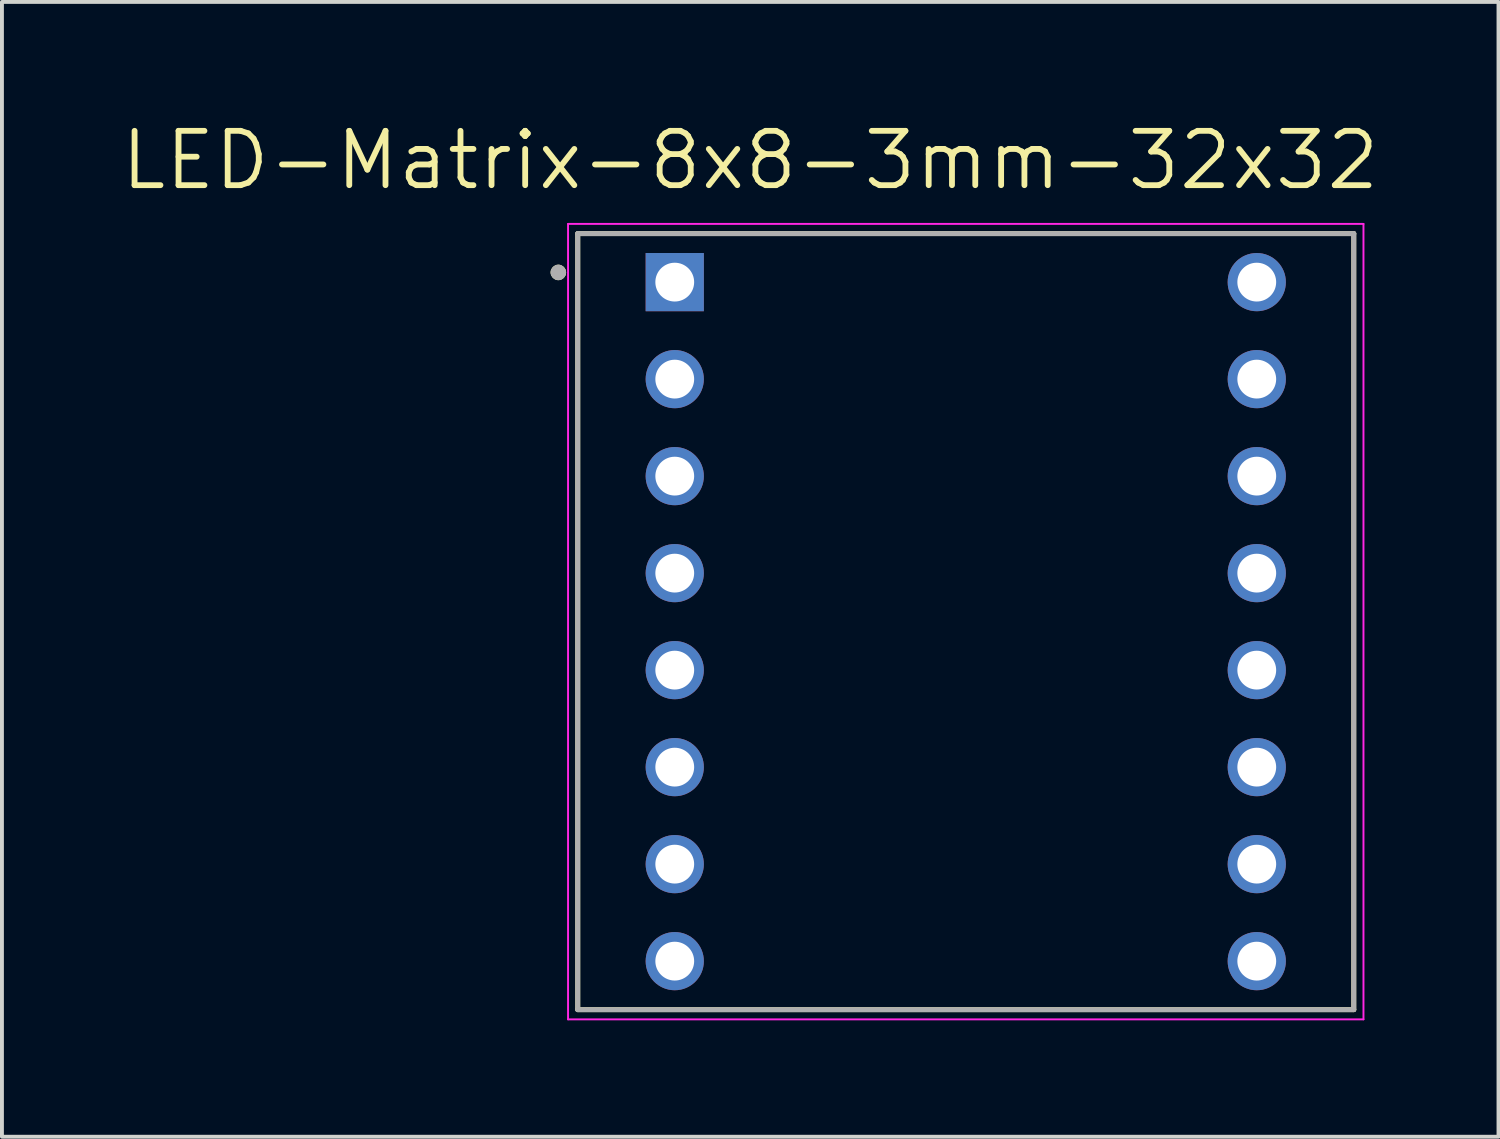
<source format=kicad_pcb>
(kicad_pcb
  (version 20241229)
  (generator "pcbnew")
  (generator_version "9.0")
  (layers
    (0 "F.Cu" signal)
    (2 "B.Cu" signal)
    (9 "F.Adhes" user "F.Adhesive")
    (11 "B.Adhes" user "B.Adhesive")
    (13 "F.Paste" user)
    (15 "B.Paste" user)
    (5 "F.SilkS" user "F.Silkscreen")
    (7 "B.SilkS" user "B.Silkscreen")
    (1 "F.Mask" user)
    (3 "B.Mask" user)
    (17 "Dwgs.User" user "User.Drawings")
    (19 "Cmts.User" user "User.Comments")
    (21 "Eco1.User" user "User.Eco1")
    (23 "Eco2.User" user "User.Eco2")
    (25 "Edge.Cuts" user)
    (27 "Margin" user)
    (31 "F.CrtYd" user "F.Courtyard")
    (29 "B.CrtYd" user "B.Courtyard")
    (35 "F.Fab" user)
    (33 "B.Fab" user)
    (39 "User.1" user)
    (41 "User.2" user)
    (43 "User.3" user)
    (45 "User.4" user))
  (footprint "LED-Matrix-8x8-3mm-32x32"
    (layer "F.Cu")
    (at 21.84 12.971)
    (property "Reference" "LED-Matrix-8x8-3mm-32x32" (at -5.555 -11.889 0) (layer "F.SilkS") (effects (font (size 1.4 1.4) (thickness 0.15))))
    (attr through_hole)
    (fp_line (start -10 -10) (end -10 10) (stroke (width 0.127) (type solid)) (layer "F.SilkS"))
    (fp_line (start -10 10) (end 10 10) (stroke (width 0.127) (type solid)) (layer "F.SilkS"))
    (fp_line (start 10 -10) (end -10 -10) (stroke (width 0.127) (type solid)) (layer "F.SilkS"))
    (fp_line (start 10 10) (end 10 -10) (stroke (width 0.127) (type solid)) (layer "F.SilkS"))
    (fp_circle (center -10.5 -9) (end -10.4 -9) (stroke (width 0.2) (type solid)) (fill no) (layer "F.SilkS"))
    (fp_line (start -10.25 -10.25) (end -10.25 10.25) (stroke (width 0.05) (type solid)) (layer "F.CrtYd"))
    (fp_line (start -10.25 10.25) (end 10.25 10.25) (stroke (width 0.05) (type solid)) (layer "F.CrtYd"))
    (fp_line (start 10.25 -10.25) (end -10.25 -10.25) (stroke (width 0.05) (type solid)) (layer "F.CrtYd"))
    (fp_line (start 10.25 10.25) (end 10.25 -10.25) (stroke (width 0.05) (type solid)) (layer "F.CrtYd"))
    (fp_line (start -10 -10) (end -10 10) (stroke (width 0.127) (type solid)) (layer "F.Fab"))
    (fp_line (start -10 10) (end 10 10) (stroke (width 0.127) (type solid)) (layer "F.Fab"))
    (fp_line (start 10 -10) (end -10 -10) (stroke (width 0.127) (type solid)) (layer "F.Fab"))
    (fp_line (start 10 10) (end 10 -10) (stroke (width 0.127) (type solid)) (layer "F.Fab"))
    (fp_circle (center -10.5 -9) (end -10.4 -9) (stroke (width 0.2) (type solid)) (fill no) (layer "F.Fab"))
    (pad "1" thru_hole rect (at -7.5 -8.75) (size 1.5 1.5) (drill 1) (layers "*.Cu" "*.Mask"))
    (pad "2" thru_hole circle (at -7.5 -6.25) (size 1.5 1.5) (drill 1) (layers "*.Cu" "*.Mask"))
    (pad "3" thru_hole circle (at -7.5 -3.75) (size 1.5 1.5) (drill 1) (layers "*.Cu" "*.Mask"))
    (pad "4" thru_hole circle (at -7.5 -1.25) (size 1.5 1.5) (drill 1) (layers "*.Cu" "*.Mask"))
    (pad "5" thru_hole circle (at -7.5 1.25) (size 1.5 1.5) (drill 1) (layers "*.Cu" "*.Mask"))
    (pad "6" thru_hole circle (at -7.5 3.75) (size 1.5 1.5) (drill 1) (layers "*.Cu" "*.Mask"))
    (pad "7" thru_hole circle (at -7.5 6.25) (size 1.5 1.5) (drill 1) (layers "*.Cu" "*.Mask"))
    (pad "8" thru_hole circle (at -7.5 8.75) (size 1.5 1.5) (drill 1) (layers "*.Cu" "*.Mask"))
    (pad "9" thru_hole circle (at 7.5 8.75) (size 1.5 1.5) (drill 1) (layers "*.Cu" "*.Mask"))
    (pad "10" thru_hole circle (at 7.5 6.25) (size 1.5 1.5) (drill 1) (layers "*.Cu" "*.Mask"))
    (pad "11" thru_hole circle (at 7.5 3.75) (size 1.5 1.5) (drill 1) (layers "*.Cu" "*.Mask"))
    (pad "12" thru_hole circle (at 7.5 1.25) (size 1.5 1.5) (drill 1) (layers "*.Cu" "*.Mask"))
    (pad "13" thru_hole circle (at 7.5 -1.25) (size 1.5 1.5) (drill 1) (layers "*.Cu" "*.Mask"))
    (pad "14" thru_hole circle (at 7.5 -3.75) (size 1.5 1.5) (drill 1) (layers "*.Cu" "*.Mask"))
    (pad "15" thru_hole circle (at 7.5 -6.25) (size 1.5 1.5) (drill 1) (layers "*.Cu" "*.Mask"))
    (pad "16" thru_hole circle (at 7.5 -8.75) (size 1.5 1.5) (drill 1) (layers "*.Cu" "*.Mask")))
  (gr_rect
    (start -3 -3)
    (end 35.57 26.246)
    (stroke (width 0.1) (type default))
    (fill no)
    (layer "Edge.Cuts")))
</source>
